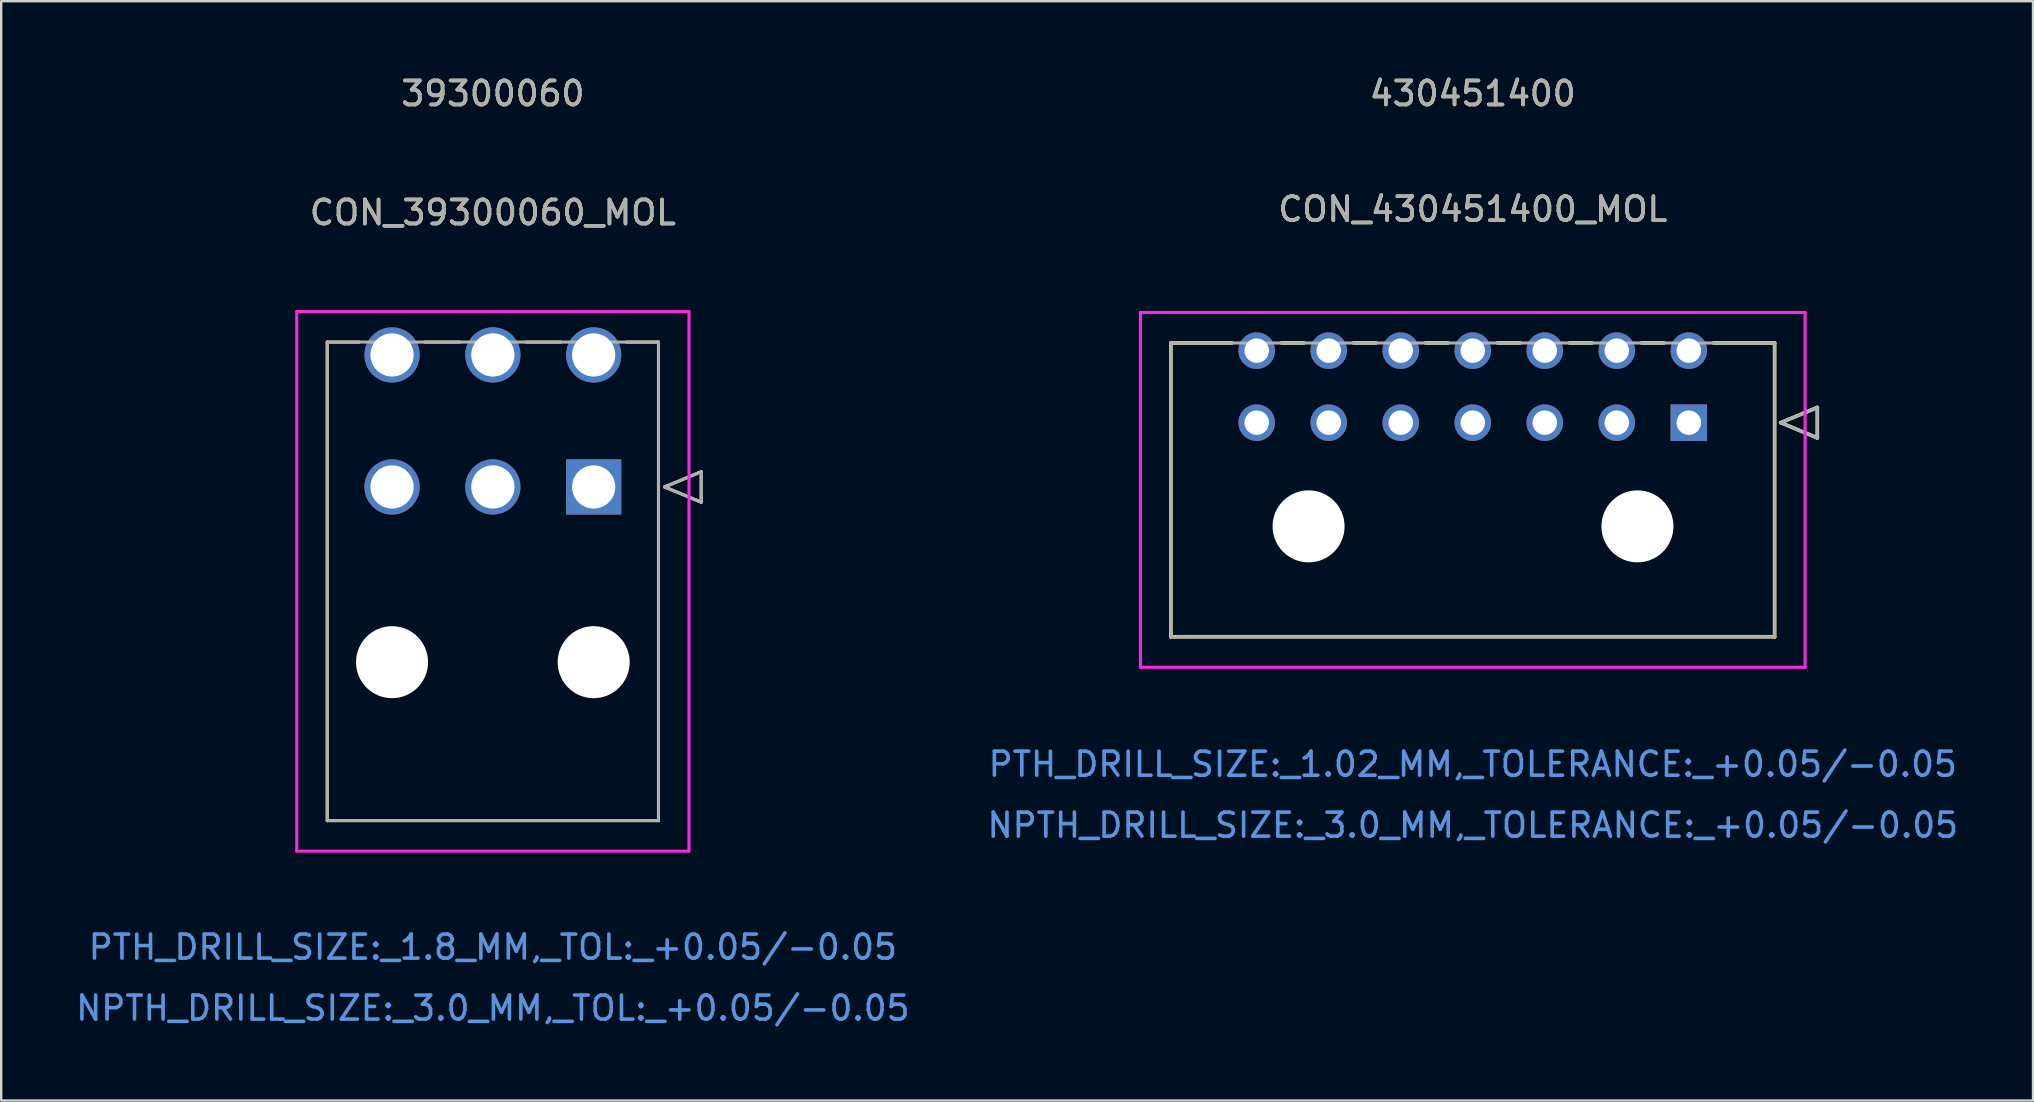
<source format=kicad_pcb>
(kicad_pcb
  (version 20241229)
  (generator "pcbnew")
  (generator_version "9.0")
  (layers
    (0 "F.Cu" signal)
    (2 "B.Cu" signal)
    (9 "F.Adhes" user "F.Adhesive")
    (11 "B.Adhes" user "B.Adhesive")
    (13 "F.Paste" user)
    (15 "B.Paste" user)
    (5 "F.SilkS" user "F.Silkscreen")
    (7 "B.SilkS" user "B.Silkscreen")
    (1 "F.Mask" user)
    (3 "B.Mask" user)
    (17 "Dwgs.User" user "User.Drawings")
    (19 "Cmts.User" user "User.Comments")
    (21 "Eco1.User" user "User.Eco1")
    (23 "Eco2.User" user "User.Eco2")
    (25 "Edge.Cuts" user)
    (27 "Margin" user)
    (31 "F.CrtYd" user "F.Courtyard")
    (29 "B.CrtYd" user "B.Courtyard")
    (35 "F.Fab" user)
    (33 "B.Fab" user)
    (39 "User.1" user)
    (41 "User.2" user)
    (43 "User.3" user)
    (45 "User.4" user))
  (footprint "CON_430451400_MOL"
    (layer "F.Cu")
    (at 67.304 14.558)
    (property "Reference" "CON_430451400_MOL" (at -9 -8.89 0) (unlocked yes) (layer "F.SilkS") (effects (font (size 1 1) (thickness 0.15))))
    (attr through_hole)
    (fp_line (start -21.575 -3.32) (end -21.575 8.92) (stroke (width 0.152) (type solid)) (layer "F.SilkS"))
    (fp_line (start -21.575 8.92) (end 3.575 8.92) (stroke (width 0.152) (type solid)) (layer "F.SilkS"))
    (fp_line (start -19.032 -3.32) (end -21.575 -3.32) (stroke (width 0.152) (type solid)) (layer "F.SilkS"))
    (fp_line (start -16.032 -3.32) (end -16.968 -3.32) (stroke (width 0.152) (type solid)) (layer "F.SilkS"))
    (fp_line (start -13.032 -3.32) (end -13.968 -3.32) (stroke (width 0.152) (type solid)) (layer "F.SilkS"))
    (fp_line (start -10.032 -3.32) (end -10.968 -3.32) (stroke (width 0.152) (type solid)) (layer "F.SilkS"))
    (fp_line (start -7.032 -3.32) (end -7.968 -3.32) (stroke (width 0.152) (type solid)) (layer "F.SilkS"))
    (fp_line (start -4.032 -3.32) (end -4.968 -3.32) (stroke (width 0.152) (type solid)) (layer "F.SilkS"))
    (fp_line (start -1.032 -3.32) (end -1.968 -3.32) (stroke (width 0.152) (type solid)) (layer "F.SilkS"))
    (fp_line (start 3.575 -3.32) (end 1.032 -3.32) (stroke (width 0.152) (type solid)) (layer "F.SilkS"))
    (fp_line (start 3.575 8.92) (end 3.575 -3.32) (stroke (width 0.152) (type solid)) (layer "F.SilkS"))
    (fp_line (start 3.829 0) (end 5.353 -0.635) (stroke (width 0.152) (type solid)) (layer "F.SilkS"))
    (fp_line (start 5.353 -0.635) (end 5.353 0.635) (stroke (width 0.152) (type solid)) (layer "F.SilkS"))
    (fp_line (start 5.353 0.635) (end 3.829 0) (stroke (width 0.152) (type solid)) (layer "F.SilkS"))
    (fp_line (start -22.845 -4.59) (end -22.845 10.19) (stroke (width 0.127) (type solid)) (layer "F.CrtYd"))
    (fp_line (start -22.845 10.19) (end 4.845 10.19) (stroke (width 0.127) (type solid)) (layer "F.CrtYd"))
    (fp_line (start 4.845 -4.59) (end -22.845 -4.59) (stroke (width 0.127) (type solid)) (layer "F.CrtYd"))
    (fp_line (start 4.845 10.19) (end 4.845 -4.59) (stroke (width 0.127) (type solid)) (layer "F.CrtYd"))
    (fp_line (start -21.575 -3.32) (end -21.575 8.92) (stroke (width 0.127) (type solid)) (layer "F.Fab"))
    (fp_line (start -21.575 8.92) (end 3.575 8.92) (stroke (width 0.127) (type solid)) (layer "F.Fab"))
    (fp_line (start 3.575 -3.32) (end -21.575 -3.32) (stroke (width 0.127) (type solid)) (layer "F.Fab"))
    (fp_line (start 3.575 8.92) (end 3.575 -3.32) (stroke (width 0.127) (type solid)) (layer "F.Fab"))
    (fp_line (start 3.829 0) (end 5.353 -0.635) (stroke (width 0.127) (type solid)) (layer "F.Fab"))
    (fp_line (start 5.353 -0.635) (end 5.353 0.635) (stroke (width 0.127) (type solid)) (layer "F.Fab"))
    (fp_line (start 5.353 0.635) (end 3.829 0) (stroke (width 0.127) (type solid)) (layer "F.Fab"))
    (fp_text user "430451400" (at -9 -13.71 0) (unlocked yes) (layer "F.SilkS") (effects (font (size 1 1) (thickness 0.15))))
    (fp_text user "PTH_DRILL_SIZE:_1.02_MM,_TOLERANCE:_+0.05/-0.05" (at -9 14.23 0) (unlocked yes) (layer "Cmts.User") (effects (font (size 1 1) (thickness 0.15))))
    (fp_text user "NPTH_DRILL_SIZE:_3.0_MM,_TOLERANCE:_+0.05/-0.05" (at -9 16.77 0) (unlocked yes) (layer "Cmts.User") (effects (font (size 1 1) (thickness 0.15))))
    (fp_text user "430451400" (at -9 -13.71 0) (unlocked yes) (layer "F.Fab") (effects (font (size 1 1) (thickness 0.15))))
    (fp_text user "${REFERENCE}" (at -9 -8.89 0) (unlocked yes) (layer "F.Fab") (effects (font (size 1 1) (thickness 0.15))))
    (pad "" np_thru_hole circle (at -15.84 4.32) (size 3 3) (drill 3) (layers "*.Cu" "*.Mask"))
    (pad "" np_thru_hole circle (at -2.14 4.32) (size 3 3) (drill 3) (layers "*.Cu" "*.Mask"))
    (pad "1" thru_hole rect (at 0 0) (size 1.52 1.52) (drill 1.02) (layers "*.Cu" "*.Mask"))
    (pad "2" thru_hole circle (at -3 0) (size 1.52 1.52) (drill 1.02) (layers "*.Cu" "*.Mask"))
    (pad "3" thru_hole circle (at -6 0) (size 1.52 1.52) (drill 1.02) (layers "*.Cu" "*.Mask"))
    (pad "4" thru_hole circle (at -9 0) (size 1.52 1.52) (drill 1.02) (layers "*.Cu" "*.Mask"))
    (pad "5" thru_hole circle (at -12 0) (size 1.52 1.52) (drill 1.02) (layers "*.Cu" "*.Mask"))
    (pad "6" thru_hole circle (at -15 0) (size 1.52 1.52) (drill 1.02) (layers "*.Cu" "*.Mask"))
    (pad "7" thru_hole circle (at -18 0) (size 1.52 1.52) (drill 1.02) (layers "*.Cu" "*.Mask"))
    (pad "8" thru_hole circle (at 0 -3) (size 1.52 1.52) (drill 1.02) (layers "*.Cu" "*.Mask"))
    (pad "9" thru_hole circle (at -3 -3) (size 1.52 1.52) (drill 1.02) (layers "*.Cu" "*.Mask"))
    (pad "10" thru_hole circle (at -6 -3) (size 1.52 1.52) (drill 1.02) (layers "*.Cu" "*.Mask"))
    (pad "11" thru_hole circle (at -9 -3) (size 1.52 1.52) (drill 1.02) (layers "*.Cu" "*.Mask"))
    (pad "12" thru_hole circle (at -12 -3) (size 1.52 1.52) (drill 1.02) (layers "*.Cu" "*.Mask"))
    (pad "13" thru_hole circle (at -15 -3) (size 1.52 1.52) (drill 1.02) (layers "*.Cu" "*.Mask"))
    (pad "14" thru_hole circle (at -18 -3) (size 1.52 1.52) (drill 1.02) (layers "*.Cu" "*.Mask")))
  (footprint "CON_39300060_MOL"
    (layer "F.Cu")
    (at 21.682 17.236)
    (property "Reference" "CON_39300060_MOL" (at -4.2 -11.43 0) (unlocked yes) (layer "F.SilkS") (effects (font (size 1 1) (thickness 0.15))))
    (attr through_hole)
    (fp_line (start -11.1 -6.035) (end -11.1 13.9) (stroke (width 0.127) (type solid)) (layer "F.SilkS"))
    (fp_line (start -11.1 13.9) (end 2.7 13.9) (stroke (width 0.127) (type solid)) (layer "F.SilkS"))
    (fp_line (start -9.769 -6.035) (end -11.1 -6.035) (stroke (width 0.127) (type solid)) (layer "F.SilkS"))
    (fp_line (start -5.569 -6.035) (end -7.031 -6.035) (stroke (width 0.127) (type solid)) (layer "F.SilkS"))
    (fp_line (start -1.369 -6.035) (end -2.831 -6.035) (stroke (width 0.127) (type solid)) (layer "F.SilkS"))
    (fp_line (start 2.7 -6.035) (end 1.369 -6.035) (stroke (width 0.127) (type solid)) (layer "F.SilkS"))
    (fp_line (start 2.7 13.9) (end 2.7 -6.035) (stroke (width 0.127) (type solid)) (layer "F.SilkS"))
    (fp_line (start 2.954 0) (end 4.478 -0.635) (stroke (width 0.127) (type solid)) (layer "F.SilkS"))
    (fp_line (start 4.478 -0.635) (end 4.478 0.635) (stroke (width 0.127) (type solid)) (layer "F.SilkS"))
    (fp_line (start 4.478 0.635) (end 2.954 0) (stroke (width 0.127) (type solid)) (layer "F.SilkS"))
    (fp_line (start -12.37 -7.305) (end -12.37 15.17) (stroke (width 0.127) (type solid)) (layer "F.CrtYd"))
    (fp_line (start -12.37 15.17) (end 3.97 15.17) (stroke (width 0.127) (type solid)) (layer "F.CrtYd"))
    (fp_line (start 3.97 -7.305) (end -12.37 -7.305) (stroke (width 0.127) (type solid)) (layer "F.CrtYd"))
    (fp_line (start 3.97 15.17) (end 3.97 -7.305) (stroke (width 0.127) (type solid)) (layer "F.CrtYd"))
    (fp_line (start -11.1 -6.035) (end -11.1 13.9) (stroke (width 0.127) (type solid)) (layer "F.Fab"))
    (fp_line (start -11.1 13.9) (end 2.7 13.9) (stroke (width 0.127) (type solid)) (layer "F.Fab"))
    (fp_line (start 2.7 -6.035) (end -11.1 -6.035) (stroke (width 0.127) (type solid)) (layer "F.Fab"))
    (fp_line (start 2.7 13.9) (end 2.7 -6.035) (stroke (width 0.127) (type solid)) (layer "F.Fab"))
    (fp_line (start 2.954 0) (end 4.478 -0.635) (stroke (width 0.127) (type solid)) (layer "F.Fab"))
    (fp_line (start 4.478 -0.635) (end 4.478 0.635) (stroke (width 0.127) (type solid)) (layer "F.Fab"))
    (fp_line (start 4.478 0.635) (end 2.954 0) (stroke (width 0.127) (type solid)) (layer "F.Fab"))
    (fp_text user "39300060" (at -4.2 -16.388 0) (unlocked yes) (layer "F.SilkS") (effects (font (size 1 1) (thickness 0.15))))
    (fp_text user "NPTH_DRILL_SIZE:_3.0_MM,_TOL:_+0.05/-0.05" (at -4.2 21.712 0) (unlocked yes) (layer "Cmts.User") (effects (font (size 1 1) (thickness 0.15))))
    (fp_text user "PTH_DRILL_SIZE:_1.8_MM,_TOL:_+0.05/-0.05" (at -4.2 19.172 0) (unlocked yes) (layer "Cmts.User") (effects (font (size 1 1) (thickness 0.15))))
    (fp_text user "${REFERENCE}" (at -4.2 -11.43 0) (unlocked yes) (layer "F.Fab") (effects (font (size 1 1) (thickness 0.15))))
    (fp_text user "39300060" (at -4.2 -16.388 0) (unlocked yes) (layer "F.Fab") (effects (font (size 1 1) (thickness 0.15))))
    (pad "" np_thru_hole circle (at -8.4 7.3) (size 3 3) (drill 3) (layers "*.Cu" "*.Mask"))
    (pad "" np_thru_hole circle (at 0 7.3) (size 3 3) (drill 3) (layers "*.Cu" "*.Mask"))
    (pad "1" thru_hole rect (at 0 0) (size 2.3 2.3) (drill 1.8) (layers "*.Cu" "*.Mask"))
    (pad "2" thru_hole circle (at -4.2 0) (size 2.3 2.3) (drill 1.8) (layers "*.Cu" "*.Mask"))
    (pad "3" thru_hole circle (at -8.4 0) (size 2.3 2.3) (drill 1.8) (layers "*.Cu" "*.Mask"))
    (pad "4" thru_hole circle (at 0 -5.5) (size 2.3 2.3) (drill 1.8) (layers "*.Cu" "*.Mask"))
    (pad "5" thru_hole circle (at -4.2 -5.5) (size 2.3 2.3) (drill 1.8) (layers "*.Cu" "*.Mask"))
    (pad "6" thru_hole circle (at -8.4 -5.5) (size 2.3 2.3) (drill 1.8) (layers "*.Cu" "*.Mask")))
  (gr_rect
    (start -3 -3)
    (end 81.643 42.797)
    (stroke (width 0.1) (type default))
    (fill no)
    (layer "Edge.Cuts")))
</source>
